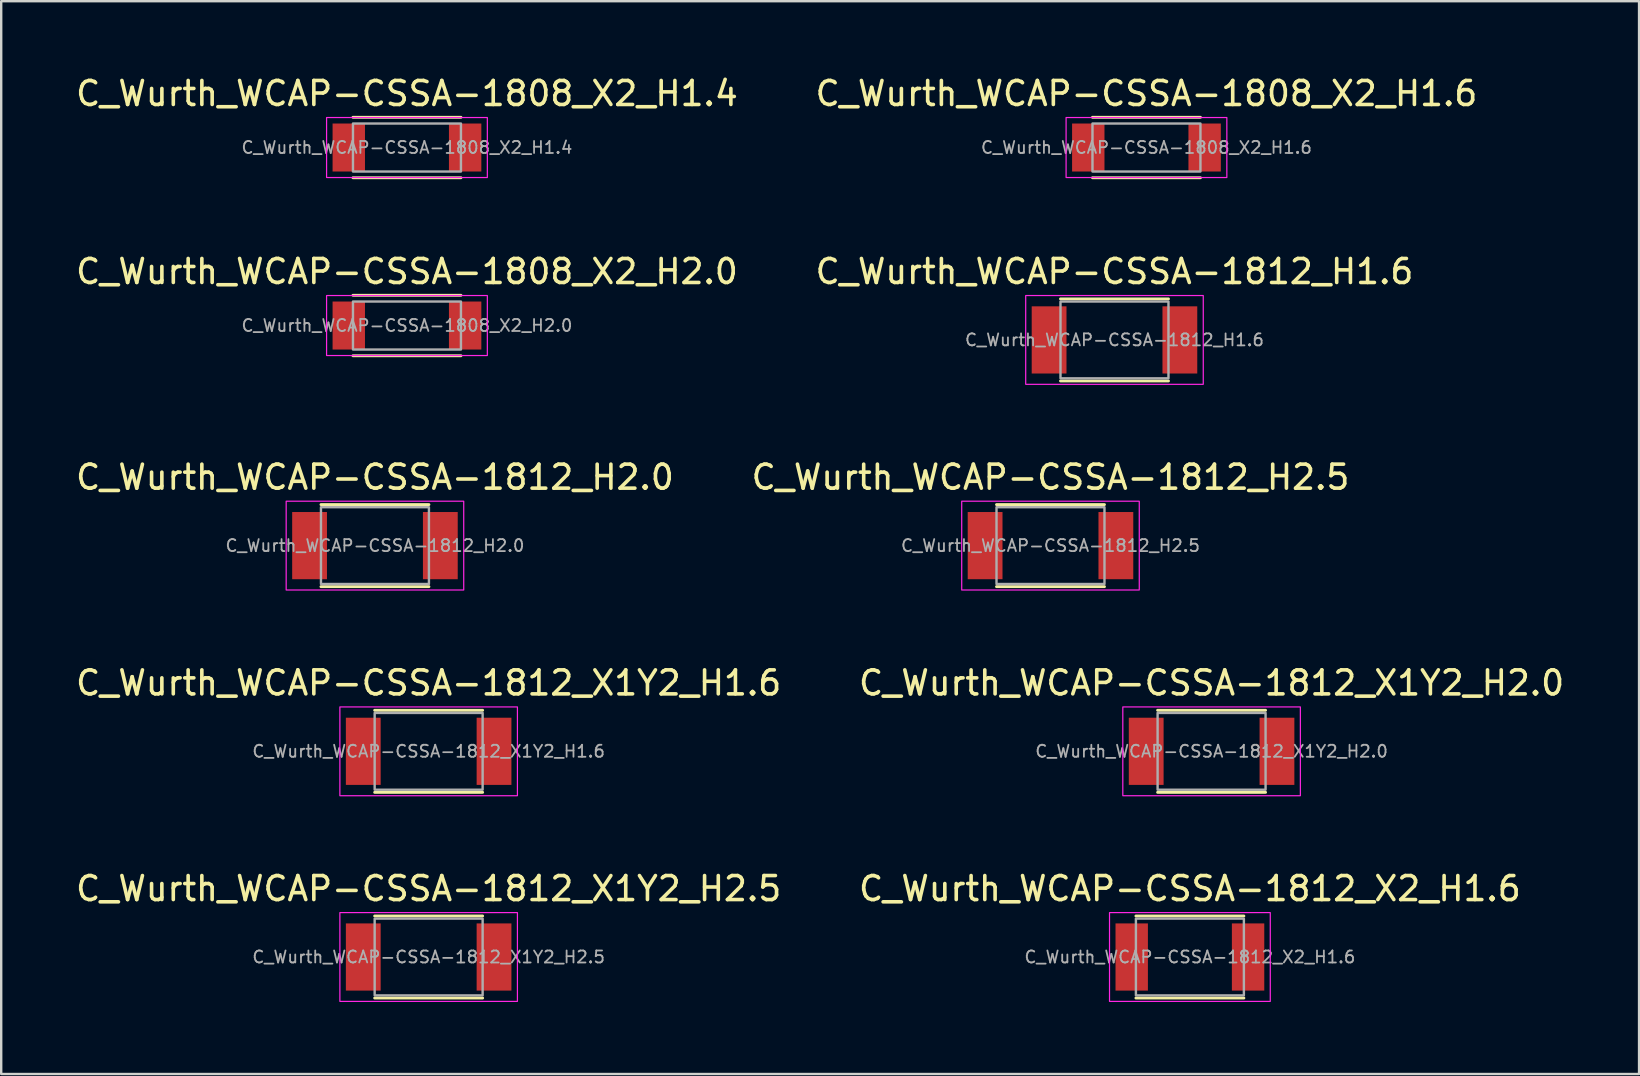
<source format=kicad_pcb>
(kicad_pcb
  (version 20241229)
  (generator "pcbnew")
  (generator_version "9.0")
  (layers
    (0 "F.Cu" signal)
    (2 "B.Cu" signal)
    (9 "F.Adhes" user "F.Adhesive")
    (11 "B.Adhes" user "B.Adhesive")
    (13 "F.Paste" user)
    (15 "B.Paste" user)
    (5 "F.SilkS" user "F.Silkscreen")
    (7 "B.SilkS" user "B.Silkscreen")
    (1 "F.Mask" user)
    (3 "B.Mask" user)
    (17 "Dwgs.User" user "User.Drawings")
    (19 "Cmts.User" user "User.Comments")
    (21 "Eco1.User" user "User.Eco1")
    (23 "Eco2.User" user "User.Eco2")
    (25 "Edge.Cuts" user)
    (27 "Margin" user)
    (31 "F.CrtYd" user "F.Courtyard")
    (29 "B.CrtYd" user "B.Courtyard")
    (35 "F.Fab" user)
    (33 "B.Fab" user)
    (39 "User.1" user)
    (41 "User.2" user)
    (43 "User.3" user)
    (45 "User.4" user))
  (footprint "C_Wurth_WCAP-CSSA-1812_H2.0"
    (layer "F.Cu")
    (at 12.577 19.69)
    (property "Reference" "C_Wurth_WCAP-CSSA-1812_H2.0" (at 0 -2.85 0) (unlocked yes) (layer "F.SilkS") (effects (font (size 1 1) (thickness 0.15))))
    (attr smd)
    (fp_line (start -2.25 -1.71) (end 2.25 -1.71) (stroke (width 0.12) (type solid)) (layer "F.SilkS"))
    (fp_line (start -2.25 1.71) (end 2.25 1.71) (stroke (width 0.12) (type solid)) (layer "F.SilkS"))
    (fp_rect (start -3.7 -1.85) (end 3.7 1.85) (stroke (width 0.05) (type solid)) (fill no) (layer "F.CrtYd"))
    (fp_rect (start -2.25 -1.6) (end 2.25 1.6) (stroke (width 0.1) (type solid)) (fill no) (layer "F.Fab"))
    (fp_text user "${REFERENCE}" (at 0 0 0) (unlocked yes) (layer "F.Fab") (effects (font (size 0.5 0.5) (thickness 0.075))))
    (pad "1" smd rect (at -2.725 0) (size 1.45 2.8) (layers "F.Cu" "F.Mask" "F.Paste"))
    (pad "2" smd rect (at 2.725 0) (size 1.45 2.8) (layers "F.Cu" "F.Mask" "F.Paste")))
  (footprint "C_Wurth_WCAP-CSSA-1812_X1Y2_H2.5"
    (layer "F.Cu")
    (at 14.815 36.836)
    (property "Reference" "C_Wurth_WCAP-CSSA-1812_X1Y2_H2.5" (at 0 -2.85 0) (unlocked yes) (layer "F.SilkS") (effects (font (size 1 1) (thickness 0.15))))
    (attr smd)
    (fp_line (start -2.25 -1.71) (end 2.25 -1.71) (stroke (width 0.12) (type solid)) (layer "F.SilkS"))
    (fp_line (start -2.25 1.71) (end 2.25 1.71) (stroke (width 0.12) (type solid)) (layer "F.SilkS"))
    (fp_rect (start -3.7 -1.85) (end 3.7 1.85) (stroke (width 0.05) (type solid)) (fill no) (layer "F.CrtYd"))
    (fp_rect (start -2.25 -1.6) (end 2.25 1.6) (stroke (width 0.1) (type solid)) (fill no) (layer "F.Fab"))
    (fp_text user "${REFERENCE}" (at 0 0 0) (unlocked yes) (layer "F.Fab") (effects (font (size 0.5 0.5) (thickness 0.075))))
    (pad "1" smd rect (at -2.725 0) (size 1.45 2.8) (layers "F.Cu" "F.Mask" "F.Paste"))
    (pad "2" smd rect (at 2.725 0) (size 1.45 2.8) (layers "F.Cu" "F.Mask" "F.Paste")))
  (footprint "C_Wurth_WCAP-CSSA-1812_H1.6"
    (layer "F.Cu")
    (at 43.399 11.117)
    (property "Reference" "C_Wurth_WCAP-CSSA-1812_H1.6" (at 0 -2.85 0) (unlocked yes) (layer "F.SilkS") (effects (font (size 1 1) (thickness 0.15))))
    (attr smd)
    (fp_line (start -2.25 -1.71) (end 2.25 -1.71) (stroke (width 0.12) (type solid)) (layer "F.SilkS"))
    (fp_line (start -2.25 1.71) (end 2.25 1.71) (stroke (width 0.12) (type solid)) (layer "F.SilkS"))
    (fp_rect (start -3.7 -1.85) (end 3.7 1.85) (stroke (width 0.05) (type solid)) (fill no) (layer "F.CrtYd"))
    (fp_rect (start -2.25 -1.6) (end 2.25 1.6) (stroke (width 0.1) (type solid)) (fill no) (layer "F.Fab"))
    (fp_text user "${REFERENCE}" (at 0 0 0) (unlocked yes) (layer "F.Fab") (effects (font (size 0.5 0.5) (thickness 0.075))))
    (pad "1" smd rect (at -2.725 0) (size 1.45 2.8) (layers "F.Cu" "F.Mask" "F.Paste"))
    (pad "2" smd rect (at 2.725 0) (size 1.45 2.8) (layers "F.Cu" "F.Mask" "F.Paste")))
  (footprint "C_Wurth_WCAP-CSSA-1808_X2_H1.6"
    (layer "F.Cu")
    (at 44.732 3.098)
    (property "Reference" "C_Wurth_WCAP-CSSA-1808_X2_H1.6" (at 0 -2.25 0) (unlocked yes) (layer "F.SilkS") (effects (font (size 1 1) (thickness 0.15))))
    (attr smd)
    (fp_line (start -2.25 -1.26) (end 2.25 -1.26) (stroke (width 0.12) (type solid)) (layer "F.SilkS"))
    (fp_line (start -2.25 1.26) (end 2.25 1.26) (stroke (width 0.12) (type solid)) (layer "F.SilkS"))
    (fp_rect (start -3.35 -1.25) (end 3.35 1.25) (stroke (width 0.05) (type solid)) (fill no) (layer "F.CrtYd"))
    (fp_rect (start -2.25 -1) (end 2.25 1) (stroke (width 0.1) (type solid)) (fill no) (layer "F.Fab"))
    (fp_text user "${REFERENCE}" (at 0 0 0) (unlocked yes) (layer "F.Fab") (effects (font (size 0.5 0.5) (thickness 0.075))))
    (pad "1" smd rect (at -2.425 0) (size 1.35 2) (layers "F.Cu" "F.Mask" "F.Paste"))
    (pad "2" smd rect (at 2.425 0) (size 1.35 2) (layers "F.Cu" "F.Mask" "F.Paste")))
  (footprint "C_Wurth_WCAP-CSSA-1812_X1Y2_H1.6"
    (layer "F.Cu")
    (at 14.815 28.263)
    (property "Reference" "C_Wurth_WCAP-CSSA-1812_X1Y2_H1.6" (at 0 -2.85 0) (unlocked yes) (layer "F.SilkS") (effects (font (size 1 1) (thickness 0.15))))
    (attr smd)
    (fp_line (start -2.25 -1.71) (end 2.25 -1.71) (stroke (width 0.12) (type solid)) (layer "F.SilkS"))
    (fp_line (start -2.25 1.71) (end 2.25 1.71) (stroke (width 0.12) (type solid)) (layer "F.SilkS"))
    (fp_rect (start -3.7 -1.85) (end 3.7 1.85) (stroke (width 0.05) (type solid)) (fill no) (layer "F.CrtYd"))
    (fp_rect (start -2.25 -1.6) (end 2.25 1.6) (stroke (width 0.1) (type solid)) (fill no) (layer "F.Fab"))
    (fp_text user "${REFERENCE}" (at 0 0 0) (unlocked yes) (layer "F.Fab") (effects (font (size 0.5 0.5) (thickness 0.075))))
    (pad "1" smd rect (at -2.725 0) (size 1.45 2.8) (layers "F.Cu" "F.Mask" "F.Paste"))
    (pad "2" smd rect (at 2.725 0) (size 1.45 2.8) (layers "F.Cu" "F.Mask" "F.Paste")))
  (footprint "C_Wurth_WCAP-CSSA-1812_X2_H1.6"
    (layer "F.Cu")
    (at 46.542 36.836)
    (property "Reference" "C_Wurth_WCAP-CSSA-1812_X2_H1.6" (at 0 -2.85 0) (unlocked yes) (layer "F.SilkS") (effects (font (size 1 1) (thickness 0.15))))
    (attr smd)
    (fp_line (start -2.25 -1.71) (end 2.25 -1.71) (stroke (width 0.12) (type solid)) (layer "F.SilkS"))
    (fp_line (start -2.25 1.71) (end 2.25 1.71) (stroke (width 0.12) (type solid)) (layer "F.SilkS"))
    (fp_rect (start -3.35 -1.85) (end 3.35 1.85) (stroke (width 0.05) (type solid)) (fill no) (layer "F.CrtYd"))
    (fp_rect (start -2.25 -1.6) (end 2.25 1.6) (stroke (width 0.1) (type solid)) (fill no) (layer "F.Fab"))
    (fp_text user "${REFERENCE}" (at 0 0 0) (unlocked yes) (layer "F.Fab") (effects (font (size 0.5 0.5) (thickness 0.075))))
    (pad "1" smd rect (at -2.425 0) (size 1.35 2.8) (layers "F.Cu" "F.Mask" "F.Paste"))
    (pad "2" smd rect (at 2.425 0) (size 1.35 2.8) (layers "F.Cu" "F.Mask" "F.Paste")))
  (footprint "C_Wurth_WCAP-CSSA-1812_X1Y2_H2.0"
    (layer "F.Cu")
    (at 47.446 28.263)
    (property "Reference" "C_Wurth_WCAP-CSSA-1812_X1Y2_H2.0" (at 0 -2.85 0) (unlocked yes) (layer "F.SilkS") (effects (font (size 1 1) (thickness 0.15))))
    (attr smd)
    (fp_line (start -2.25 -1.71) (end 2.25 -1.71) (stroke (width 0.12) (type solid)) (layer "F.SilkS"))
    (fp_line (start -2.25 1.71) (end 2.25 1.71) (stroke (width 0.12) (type solid)) (layer "F.SilkS"))
    (fp_rect (start -3.7 -1.85) (end 3.7 1.85) (stroke (width 0.05) (type solid)) (fill no) (layer "F.CrtYd"))
    (fp_rect (start -2.25 -1.6) (end 2.25 1.6) (stroke (width 0.1) (type solid)) (fill no) (layer "F.Fab"))
    (fp_text user "${REFERENCE}" (at 0 0 0) (unlocked yes) (layer "F.Fab") (effects (font (size 0.5 0.5) (thickness 0.075))))
    (pad "1" smd rect (at -2.725 0) (size 1.45 2.8) (layers "F.Cu" "F.Mask" "F.Paste"))
    (pad "2" smd rect (at 2.725 0) (size 1.45 2.8) (layers "F.Cu" "F.Mask" "F.Paste")))
  (footprint "C_Wurth_WCAP-CSSA-1812_H2.5"
    (layer "F.Cu")
    (at 40.732 19.69)
    (property "Reference" "C_Wurth_WCAP-CSSA-1812_H2.5" (at 0 -2.85 0) (unlocked yes) (layer "F.SilkS") (effects (font (size 1 1) (thickness 0.15))))
    (attr smd)
    (fp_line (start -2.25 -1.71) (end 2.25 -1.71) (stroke (width 0.12) (type solid)) (layer "F.SilkS"))
    (fp_line (start -2.25 1.71) (end 2.25 1.71) (stroke (width 0.12) (type solid)) (layer "F.SilkS"))
    (fp_rect (start -3.7 -1.85) (end 3.7 1.85) (stroke (width 0.05) (type solid)) (fill no) (layer "F.CrtYd"))
    (fp_rect (start -2.25 -1.6) (end 2.25 1.6) (stroke (width 0.1) (type solid)) (fill no) (layer "F.Fab"))
    (fp_text user "${REFERENCE}" (at 0 0 0) (unlocked yes) (layer "F.Fab") (effects (font (size 0.5 0.5) (thickness 0.075))))
    (pad "1" smd rect (at -2.725 0) (size 1.45 2.8) (layers "F.Cu" "F.Mask" "F.Paste"))
    (pad "2" smd rect (at 2.725 0) (size 1.45 2.8) (layers "F.Cu" "F.Mask" "F.Paste")))
  (footprint "C_Wurth_WCAP-CSSA-1808_X2_H2.0"
    (layer "F.Cu")
    (at 13.911 10.517)
    (property "Reference" "C_Wurth_WCAP-CSSA-1808_X2_H2.0" (at 0 -2.25 0) (unlocked yes) (layer "F.SilkS") (effects (font (size 1 1) (thickness 0.15))))
    (attr smd)
    (fp_line (start -2.25 -1.26) (end 2.25 -1.26) (stroke (width 0.12) (type solid)) (layer "F.SilkS"))
    (fp_line (start -2.25 1.26) (end 2.25 1.26) (stroke (width 0.12) (type solid)) (layer "F.SilkS"))
    (fp_rect (start -3.35 -1.25) (end 3.35 1.25) (stroke (width 0.05) (type solid)) (fill no) (layer "F.CrtYd"))
    (fp_rect (start -2.25 -1) (end 2.25 1) (stroke (width 0.1) (type solid)) (fill no) (layer "F.Fab"))
    (fp_text user "${REFERENCE}" (at 0 0 0) (unlocked yes) (layer "F.Fab") (effects (font (size 0.5 0.5) (thickness 0.075))))
    (pad "1" smd rect (at -2.425 0) (size 1.35 2) (layers "F.Cu" "F.Mask" "F.Paste"))
    (pad "2" smd rect (at 2.425 0) (size 1.35 2) (layers "F.Cu" "F.Mask" "F.Paste")))
  (footprint "C_Wurth_WCAP-CSSA-1808_X2_H1.4"
    (layer "F.Cu")
    (at 13.911 3.098)
    (property "Reference" "C_Wurth_WCAP-CSSA-1808_X2_H1.4" (at 0 -2.25 0) (unlocked yes) (layer "F.SilkS") (effects (font (size 1 1) (thickness 0.15))))
    (attr smd)
    (fp_line (start -2.25 -1.26) (end 2.25 -1.26) (stroke (width 0.12) (type solid)) (layer "F.SilkS"))
    (fp_line (start -2.25 1.26) (end 2.25 1.26) (stroke (width 0.12) (type solid)) (layer "F.SilkS"))
    (fp_rect (start -3.35 -1.25) (end 3.35 1.25) (stroke (width 0.05) (type solid)) (fill no) (layer "F.CrtYd"))
    (fp_rect (start -2.25 -1) (end 2.25 1) (stroke (width 0.1) (type solid)) (fill no) (layer "F.Fab"))
    (fp_text user "${REFERENCE}" (at 0 0 0) (unlocked yes) (layer "F.Fab") (effects (font (size 0.5 0.5) (thickness 0.075))))
    (pad "1" smd rect (at -2.425 0) (size 1.35 2) (layers "F.Cu" "F.Mask" "F.Paste"))
    (pad "2" smd rect (at 2.425 0) (size 1.35 2) (layers "F.Cu" "F.Mask" "F.Paste")))
  (gr_rect
    (start -3 -3)
    (end 65.262 41.711)
    (stroke (width 0.1) (type default))
    (fill no)
    (layer "Edge.Cuts")))
</source>
